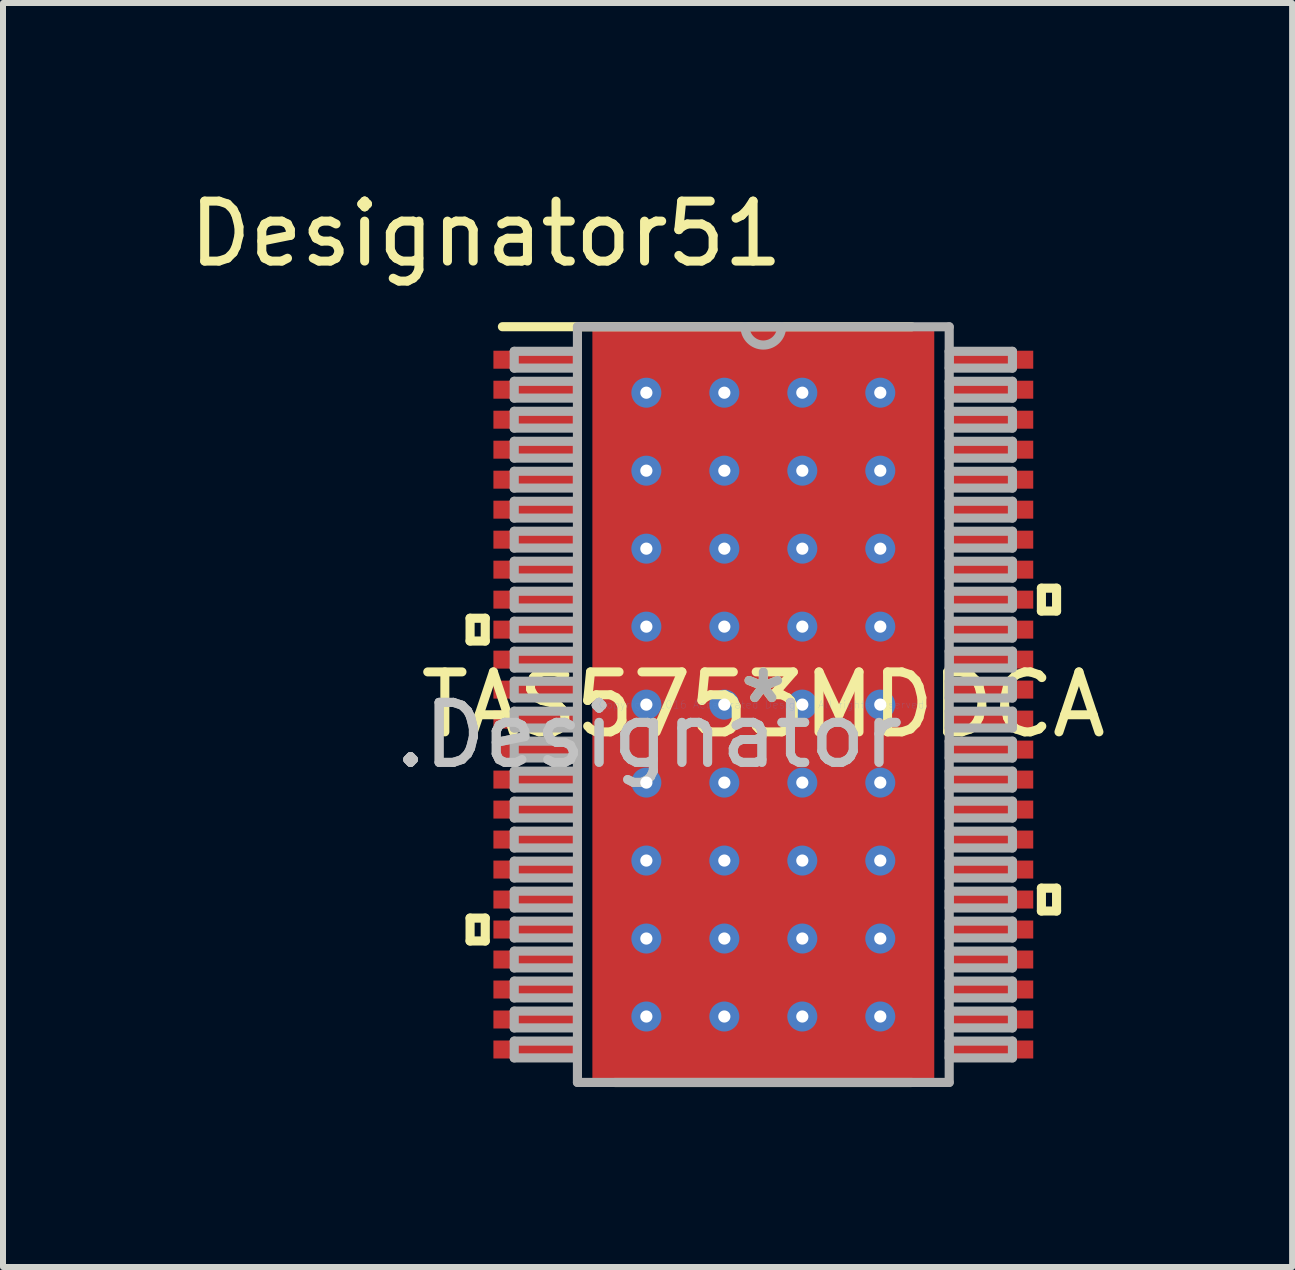
<source format=kicad_pcb>
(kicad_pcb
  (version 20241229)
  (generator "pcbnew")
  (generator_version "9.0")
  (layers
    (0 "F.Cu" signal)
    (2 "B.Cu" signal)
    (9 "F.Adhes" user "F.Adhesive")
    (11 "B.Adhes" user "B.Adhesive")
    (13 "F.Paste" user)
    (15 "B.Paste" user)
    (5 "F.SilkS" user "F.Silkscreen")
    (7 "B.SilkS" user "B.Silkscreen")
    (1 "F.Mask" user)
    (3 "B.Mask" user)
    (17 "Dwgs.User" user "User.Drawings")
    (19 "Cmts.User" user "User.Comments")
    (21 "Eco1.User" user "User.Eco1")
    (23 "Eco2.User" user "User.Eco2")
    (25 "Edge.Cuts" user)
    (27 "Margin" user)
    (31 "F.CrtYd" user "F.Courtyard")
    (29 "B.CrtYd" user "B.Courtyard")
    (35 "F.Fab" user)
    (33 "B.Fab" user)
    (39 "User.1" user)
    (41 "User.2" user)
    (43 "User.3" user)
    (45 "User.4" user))
  (footprint "TAS5753MDDCA"
    (layer "F.Cu")
    (at 9.676 8.697)
    (property "Reference" "TAS5753MDDCA" (at 0 0 0) (layer "F.SilkS") (effects (font (size 1 1) (thickness 0.15))))
    (attr through_hole)
    (fp_line (start -1.8 -3.2) (end -1.8 3.2) (stroke (width 0.152) (type solid)) (layer "F.Mask"))
    (fp_line (start -1.8 3.2) (end 1.8 3.2) (stroke (width 0.152) (type solid)) (layer "F.Mask"))
    (fp_line (start 1.8 -3.2) (end -1.8 -3.2) (stroke (width 0.152) (type solid)) (layer "F.Mask"))
    (fp_line (start 1.8 3.2) (end 1.8 -3.2) (stroke (width 0.152) (type solid)) (layer "F.Mask"))
    (fp_line (start -4.889 -1.44) (end -4.889 -1.06) (stroke (width 0.152) (type solid)) (layer "F.SilkS"))
    (fp_line (start -4.889 -1.06) (end -4.636 -1.06) (stroke (width 0.152) (type solid)) (layer "F.SilkS"))
    (fp_line (start -4.889 3.559) (end -4.889 3.941) (stroke (width 0.152) (type solid)) (layer "F.SilkS"))
    (fp_line (start -4.889 3.941) (end -4.636 3.941) (stroke (width 0.152) (type solid)) (layer "F.SilkS"))
    (fp_line (start -4.636 -1.44) (end -4.889 -1.44) (stroke (width 0.152) (type solid)) (layer "F.SilkS"))
    (fp_line (start -4.636 -1.06) (end -4.636 -1.44) (stroke (width 0.152) (type solid)) (layer "F.SilkS"))
    (fp_line (start -4.636 3.559) (end -4.889 3.559) (stroke (width 0.152) (type solid)) (layer "F.SilkS"))
    (fp_line (start -4.636 3.941) (end -4.636 3.559) (stroke (width 0.152) (type solid)) (layer "F.SilkS"))
    (fp_line (start -4.35 -6.3) (end 2.475 -6.3) (stroke (width 0.152) (type solid)) (layer "F.SilkS"))
    (fp_line (start -2.475 6.3) (end 2.475 6.3) (stroke (width 0.152) (type solid)) (layer "F.SilkS"))
    (fp_line (start 4.636 -1.941) (end 4.889 -1.941) (stroke (width 0.152) (type solid)) (layer "F.SilkS"))
    (fp_line (start 4.636 -1.56) (end 4.636 -1.941) (stroke (width 0.152) (type solid)) (layer "F.SilkS"))
    (fp_line (start 4.636 3.06) (end 4.889 3.06) (stroke (width 0.152) (type solid)) (layer "F.SilkS"))
    (fp_line (start 4.636 3.441) (end 4.636 3.06) (stroke (width 0.152) (type solid)) (layer "F.SilkS"))
    (fp_line (start 4.889 -1.941) (end 4.889 -1.56) (stroke (width 0.152) (type solid)) (layer "F.SilkS"))
    (fp_line (start 4.889 -1.56) (end 4.636 -1.56) (stroke (width 0.152) (type solid)) (layer "F.SilkS"))
    (fp_line (start 4.889 3.06) (end 4.889 3.441) (stroke (width 0.152) (type solid)) (layer "F.SilkS"))
    (fp_line (start 4.889 3.441) (end 4.636 3.441) (stroke (width 0.152) (type solid)) (layer "F.SilkS"))
    (fp_line (start -1.8 -3.2) (end -1.8 3.2) (stroke (width 0.152) (type solid)) (layer "F.Paste"))
    (fp_line (start -1.8 3.2) (end 1.8 3.2) (stroke (width 0.152) (type solid)) (layer "F.Paste"))
    (fp_line (start 1.8 -3.2) (end -1.8 -3.2) (stroke (width 0.152) (type solid)) (layer "F.Paste"))
    (fp_line (start 1.8 3.2) (end 1.8 -3.2) (stroke (width 0.152) (type solid)) (layer "F.Paste"))
    (fp_line (start -4.153 -5.89) (end -3.099 -5.89) (stroke (width 0.152) (type solid)) (layer "F.Fab"))
    (fp_line (start -4.153 -5.61) (end -4.153 -5.89) (stroke (width 0.152) (type solid)) (layer "F.Fab"))
    (fp_line (start -4.153 -5.61) (end -3.099 -5.61) (stroke (width 0.152) (type solid)) (layer "F.Fab"))
    (fp_line (start -4.153 -5.39) (end -3.099 -5.39) (stroke (width 0.152) (type solid)) (layer "F.Fab"))
    (fp_line (start -4.153 -5.11) (end -4.153 -5.39) (stroke (width 0.152) (type solid)) (layer "F.Fab"))
    (fp_line (start -4.153 -5.11) (end -3.099 -5.11) (stroke (width 0.152) (type solid)) (layer "F.Fab"))
    (fp_line (start -4.153 -4.89) (end -3.099 -4.89) (stroke (width 0.152) (type solid)) (layer "F.Fab"))
    (fp_line (start -4.153 -4.61) (end -4.153 -4.89) (stroke (width 0.152) (type solid)) (layer "F.Fab"))
    (fp_line (start -4.153 -4.61) (end -3.099 -4.61) (stroke (width 0.152) (type solid)) (layer "F.Fab"))
    (fp_line (start -4.153 -4.39) (end -3.099 -4.39) (stroke (width 0.152) (type solid)) (layer "F.Fab"))
    (fp_line (start -4.153 -4.11) (end -4.153 -4.39) (stroke (width 0.152) (type solid)) (layer "F.Fab"))
    (fp_line (start -4.153 -4.11) (end -3.099 -4.11) (stroke (width 0.152) (type solid)) (layer "F.Fab"))
    (fp_line (start -4.153 -3.89) (end -3.099 -3.89) (stroke (width 0.152) (type solid)) (layer "F.Fab"))
    (fp_line (start -4.153 -3.61) (end -4.153 -3.89) (stroke (width 0.152) (type solid)) (layer "F.Fab"))
    (fp_line (start -4.153 -3.61) (end -3.099 -3.61) (stroke (width 0.152) (type solid)) (layer "F.Fab"))
    (fp_line (start -4.153 -3.39) (end -3.099 -3.39) (stroke (width 0.152) (type solid)) (layer "F.Fab"))
    (fp_line (start -4.153 -3.11) (end -4.153 -3.39) (stroke (width 0.152) (type solid)) (layer "F.Fab"))
    (fp_line (start -4.153 -3.11) (end -3.099 -3.11) (stroke (width 0.152) (type solid)) (layer "F.Fab"))
    (fp_line (start -4.153 -2.89) (end -3.099 -2.89) (stroke (width 0.152) (type solid)) (layer "F.Fab"))
    (fp_line (start -4.153 -2.61) (end -4.153 -2.89) (stroke (width 0.152) (type solid)) (layer "F.Fab"))
    (fp_line (start -4.153 -2.61) (end -3.099 -2.61) (stroke (width 0.152) (type solid)) (layer "F.Fab"))
    (fp_line (start -4.153 -2.39) (end -3.099 -2.39) (stroke (width 0.152) (type solid)) (layer "F.Fab"))
    (fp_line (start -4.153 -2.11) (end -4.153 -2.39) (stroke (width 0.152) (type solid)) (layer "F.Fab"))
    (fp_line (start -4.153 -2.11) (end -3.099 -2.11) (stroke (width 0.152) (type solid)) (layer "F.Fab"))
    (fp_line (start -4.153 -1.89) (end -3.099 -1.89) (stroke (width 0.152) (type solid)) (layer "F.Fab"))
    (fp_line (start -4.153 -1.61) (end -4.153 -1.89) (stroke (width 0.152) (type solid)) (layer "F.Fab"))
    (fp_line (start -4.153 -1.61) (end -3.099 -1.61) (stroke (width 0.152) (type solid)) (layer "F.Fab"))
    (fp_line (start -4.153 -1.39) (end -3.099 -1.39) (stroke (width 0.152) (type solid)) (layer "F.Fab"))
    (fp_line (start -4.153 -1.11) (end -4.153 -1.39) (stroke (width 0.152) (type solid)) (layer "F.Fab"))
    (fp_line (start -4.153 -1.11) (end -3.099 -1.11) (stroke (width 0.152) (type solid)) (layer "F.Fab"))
    (fp_line (start -4.153 -0.89) (end -3.099 -0.89) (stroke (width 0.152) (type solid)) (layer "F.Fab"))
    (fp_line (start -4.153 -0.61) (end -4.153 -0.89) (stroke (width 0.152) (type solid)) (layer "F.Fab"))
    (fp_line (start -4.153 -0.61) (end -3.099 -0.61) (stroke (width 0.152) (type solid)) (layer "F.Fab"))
    (fp_line (start -4.153 -0.39) (end -3.099 -0.39) (stroke (width 0.152) (type solid)) (layer "F.Fab"))
    (fp_line (start -4.153 -0.11) (end -4.153 -0.39) (stroke (width 0.152) (type solid)) (layer "F.Fab"))
    (fp_line (start -4.153 -0.11) (end -3.099 -0.11) (stroke (width 0.152) (type solid)) (layer "F.Fab"))
    (fp_line (start -4.153 0.11) (end -3.099 0.11) (stroke (width 0.152) (type solid)) (layer "F.Fab"))
    (fp_line (start -4.153 0.39) (end -4.153 0.11) (stroke (width 0.152) (type solid)) (layer "F.Fab"))
    (fp_line (start -4.153 0.39) (end -3.099 0.39) (stroke (width 0.152) (type solid)) (layer "F.Fab"))
    (fp_line (start -4.153 0.61) (end -3.099 0.61) (stroke (width 0.152) (type solid)) (layer "F.Fab"))
    (fp_line (start -4.153 0.89) (end -4.153 0.61) (stroke (width 0.152) (type solid)) (layer "F.Fab"))
    (fp_line (start -4.153 0.89) (end -3.099 0.89) (stroke (width 0.152) (type solid)) (layer "F.Fab"))
    (fp_line (start -4.153 1.11) (end -3.099 1.11) (stroke (width 0.152) (type solid)) (layer "F.Fab"))
    (fp_line (start -4.153 1.39) (end -4.153 1.11) (stroke (width 0.152) (type solid)) (layer "F.Fab"))
    (fp_line (start -4.153 1.39) (end -3.099 1.39) (stroke (width 0.152) (type solid)) (layer "F.Fab"))
    (fp_line (start -4.153 1.61) (end -3.099 1.61) (stroke (width 0.152) (type solid)) (layer "F.Fab"))
    (fp_line (start -4.153 1.89) (end -4.153 1.61) (stroke (width 0.152) (type solid)) (layer "F.Fab"))
    (fp_line (start -4.153 1.89) (end -3.099 1.89) (stroke (width 0.152) (type solid)) (layer "F.Fab"))
    (fp_line (start -4.153 2.11) (end -3.099 2.11) (stroke (width 0.152) (type solid)) (layer "F.Fab"))
    (fp_line (start -4.153 2.39) (end -4.153 2.11) (stroke (width 0.152) (type solid)) (layer "F.Fab"))
    (fp_line (start -4.153 2.39) (end -3.099 2.39) (stroke (width 0.152) (type solid)) (layer "F.Fab"))
    (fp_line (start -4.153 2.61) (end -3.099 2.61) (stroke (width 0.152) (type solid)) (layer "F.Fab"))
    (fp_line (start -4.153 2.89) (end -4.153 2.61) (stroke (width 0.152) (type solid)) (layer "F.Fab"))
    (fp_line (start -4.153 2.89) (end -3.099 2.89) (stroke (width 0.152) (type solid)) (layer "F.Fab"))
    (fp_line (start -4.153 3.11) (end -3.099 3.11) (stroke (width 0.152) (type solid)) (layer "F.Fab"))
    (fp_line (start -4.153 3.39) (end -4.153 3.11) (stroke (width 0.152) (type solid)) (layer "F.Fab"))
    (fp_line (start -4.153 3.39) (end -3.099 3.39) (stroke (width 0.152) (type solid)) (layer "F.Fab"))
    (fp_line (start -4.153 3.61) (end -3.099 3.61) (stroke (width 0.152) (type solid)) (layer "F.Fab"))
    (fp_line (start -4.153 3.89) (end -4.153 3.61) (stroke (width 0.152) (type solid)) (layer "F.Fab"))
    (fp_line (start -4.153 3.89) (end -3.099 3.89) (stroke (width 0.152) (type solid)) (layer "F.Fab"))
    (fp_line (start -4.153 4.11) (end -3.099 4.11) (stroke (width 0.152) (type solid)) (layer "F.Fab"))
    (fp_line (start -4.153 4.39) (end -4.153 4.11) (stroke (width 0.152) (type solid)) (layer "F.Fab"))
    (fp_line (start -4.153 4.39) (end -3.099 4.39) (stroke (width 0.152) (type solid)) (layer "F.Fab"))
    (fp_line (start -4.153 4.61) (end -3.099 4.61) (stroke (width 0.152) (type solid)) (layer "F.Fab"))
    (fp_line (start -4.153 4.89) (end -4.153 4.61) (stroke (width 0.152) (type solid)) (layer "F.Fab"))
    (fp_line (start -4.153 4.89) (end -3.099 4.89) (stroke (width 0.152) (type solid)) (layer "F.Fab"))
    (fp_line (start -4.153 5.11) (end -3.099 5.11) (stroke (width 0.152) (type solid)) (layer "F.Fab"))
    (fp_line (start -4.153 5.39) (end -4.153 5.11) (stroke (width 0.152) (type solid)) (layer "F.Fab"))
    (fp_line (start -4.153 5.39) (end -3.099 5.39) (stroke (width 0.152) (type solid)) (layer "F.Fab"))
    (fp_line (start -4.153 5.61) (end -3.099 5.61) (stroke (width 0.152) (type solid)) (layer "F.Fab"))
    (fp_line (start -4.153 5.89) (end -4.153 5.61) (stroke (width 0.152) (type solid)) (layer "F.Fab"))
    (fp_line (start -4.153 5.89) (end -3.099 5.89) (stroke (width 0.152) (type solid)) (layer "F.Fab"))
    (fp_line (start -3.099 -6.299) (end 3.099 -6.299) (stroke (width 0.152) (type solid)) (layer "F.Fab"))
    (fp_line (start -3.099 -5.61) (end -3.099 -5.89) (stroke (width 0.152) (type solid)) (layer "F.Fab"))
    (fp_line (start -3.099 -5.11) (end -3.099 -5.39) (stroke (width 0.152) (type solid)) (layer "F.Fab"))
    (fp_line (start -3.099 -4.61) (end -3.099 -4.89) (stroke (width 0.152) (type solid)) (layer "F.Fab"))
    (fp_line (start -3.099 -4.11) (end -3.099 -4.39) (stroke (width 0.152) (type solid)) (layer "F.Fab"))
    (fp_line (start -3.099 -3.61) (end -3.099 -3.89) (stroke (width 0.152) (type solid)) (layer "F.Fab"))
    (fp_line (start -3.099 -3.11) (end -3.099 -3.39) (stroke (width 0.152) (type solid)) (layer "F.Fab"))
    (fp_line (start -3.099 -2.61) (end -3.099 -2.89) (stroke (width 0.152) (type solid)) (layer "F.Fab"))
    (fp_line (start -3.099 -2.11) (end -3.099 -2.39) (stroke (width 0.152) (type solid)) (layer "F.Fab"))
    (fp_line (start -3.099 -1.61) (end -3.099 -1.89) (stroke (width 0.152) (type solid)) (layer "F.Fab"))
    (fp_line (start -3.099 -1.11) (end -3.099 -1.39) (stroke (width 0.152) (type solid)) (layer "F.Fab"))
    (fp_line (start -3.099 -0.61) (end -3.099 -0.89) (stroke (width 0.152) (type solid)) (layer "F.Fab"))
    (fp_line (start -3.099 -0.11) (end -3.099 -0.39) (stroke (width 0.152) (type solid)) (layer "F.Fab"))
    (fp_line (start -3.099 0.39) (end -3.099 0.11) (stroke (width 0.152) (type solid)) (layer "F.Fab"))
    (fp_line (start -3.099 0.89) (end -3.099 0.61) (stroke (width 0.152) (type solid)) (layer "F.Fab"))
    (fp_line (start -3.099 1.39) (end -3.099 1.11) (stroke (width 0.152) (type solid)) (layer "F.Fab"))
    (fp_line (start -3.099 1.89) (end -3.099 1.61) (stroke (width 0.152) (type solid)) (layer "F.Fab"))
    (fp_line (start -3.099 2.39) (end -3.099 2.11) (stroke (width 0.152) (type solid)) (layer "F.Fab"))
    (fp_line (start -3.099 2.89) (end -3.099 2.61) (stroke (width 0.152) (type solid)) (layer "F.Fab"))
    (fp_line (start -3.099 3.39) (end -3.099 3.11) (stroke (width 0.152) (type solid)) (layer "F.Fab"))
    (fp_line (start -3.099 3.89) (end -3.099 3.61) (stroke (width 0.152) (type solid)) (layer "F.Fab"))
    (fp_line (start -3.099 4.39) (end -3.099 4.11) (stroke (width 0.152) (type solid)) (layer "F.Fab"))
    (fp_line (start -3.099 4.89) (end -3.099 4.61) (stroke (width 0.152) (type solid)) (layer "F.Fab"))
    (fp_line (start -3.099 5.39) (end -3.099 5.11) (stroke (width 0.152) (type solid)) (layer "F.Fab"))
    (fp_line (start -3.099 5.89) (end -3.099 5.61) (stroke (width 0.152) (type solid)) (layer "F.Fab"))
    (fp_line (start -3.099 6.299) (end -3.099 -6.299) (stroke (width 0.152) (type solid)) (layer "F.Fab"))
    (fp_line (start -3.099 6.299) (end 3.099 6.299) (stroke (width 0.152) (type solid)) (layer "F.Fab"))
    (fp_line (start 3.099 -5.89) (end 4.153 -5.89) (stroke (width 0.152) (type solid)) (layer "F.Fab"))
    (fp_line (start 3.099 -5.61) (end 3.099 -5.89) (stroke (width 0.152) (type solid)) (layer "F.Fab"))
    (fp_line (start 3.099 -5.61) (end 4.153 -5.61) (stroke (width 0.152) (type solid)) (layer "F.Fab"))
    (fp_line (start 3.099 -5.39) (end 4.153 -5.39) (stroke (width 0.152) (type solid)) (layer "F.Fab"))
    (fp_line (start 3.099 -5.11) (end 3.099 -5.39) (stroke (width 0.152) (type solid)) (layer "F.Fab"))
    (fp_line (start 3.099 -5.11) (end 4.153 -5.11) (stroke (width 0.152) (type solid)) (layer "F.Fab"))
    (fp_line (start 3.099 -4.89) (end 4.153 -4.89) (stroke (width 0.152) (type solid)) (layer "F.Fab"))
    (fp_line (start 3.099 -4.61) (end 3.099 -4.89) (stroke (width 0.152) (type solid)) (layer "F.Fab"))
    (fp_line (start 3.099 -4.61) (end 4.153 -4.61) (stroke (width 0.152) (type solid)) (layer "F.Fab"))
    (fp_line (start 3.099 -4.39) (end 4.153 -4.39) (stroke (width 0.152) (type solid)) (layer "F.Fab"))
    (fp_line (start 3.099 -4.11) (end 3.099 -4.39) (stroke (width 0.152) (type solid)) (layer "F.Fab"))
    (fp_line (start 3.099 -4.11) (end 4.153 -4.11) (stroke (width 0.152) (type solid)) (layer "F.Fab"))
    (fp_line (start 3.099 -3.89) (end 4.153 -3.89) (stroke (width 0.152) (type solid)) (layer "F.Fab"))
    (fp_line (start 3.099 -3.61) (end 3.099 -3.89) (stroke (width 0.152) (type solid)) (layer "F.Fab"))
    (fp_line (start 3.099 -3.61) (end 4.153 -3.61) (stroke (width 0.152) (type solid)) (layer "F.Fab"))
    (fp_line (start 3.099 -3.39) (end 4.153 -3.39) (stroke (width 0.152) (type solid)) (layer "F.Fab"))
    (fp_line (start 3.099 -3.11) (end 3.099 -3.39) (stroke (width 0.152) (type solid)) (layer "F.Fab"))
    (fp_line (start 3.099 -3.11) (end 4.153 -3.11) (stroke (width 0.152) (type solid)) (layer "F.Fab"))
    (fp_line (start 3.099 -2.89) (end 4.153 -2.89) (stroke (width 0.152) (type solid)) (layer "F.Fab"))
    (fp_line (start 3.099 -2.61) (end 3.099 -2.89) (stroke (width 0.152) (type solid)) (layer "F.Fab"))
    (fp_line (start 3.099 -2.61) (end 4.153 -2.61) (stroke (width 0.152) (type solid)) (layer "F.Fab"))
    (fp_line (start 3.099 -2.39) (end 4.153 -2.39) (stroke (width 0.152) (type solid)) (layer "F.Fab"))
    (fp_line (start 3.099 -2.11) (end 3.099 -2.39) (stroke (width 0.152) (type solid)) (layer "F.Fab"))
    (fp_line (start 3.099 -2.11) (end 4.153 -2.11) (stroke (width 0.152) (type solid)) (layer "F.Fab"))
    (fp_line (start 3.099 -1.89) (end 4.153 -1.89) (stroke (width 0.152) (type solid)) (layer "F.Fab"))
    (fp_line (start 3.099 -1.61) (end 3.099 -1.89) (stroke (width 0.152) (type solid)) (layer "F.Fab"))
    (fp_line (start 3.099 -1.61) (end 4.153 -1.61) (stroke (width 0.152) (type solid)) (layer "F.Fab"))
    (fp_line (start 3.099 -1.39) (end 4.153 -1.39) (stroke (width 0.152) (type solid)) (layer "F.Fab"))
    (fp_line (start 3.099 -1.11) (end 3.099 -1.39) (stroke (width 0.152) (type solid)) (layer "F.Fab"))
    (fp_line (start 3.099 -1.11) (end 4.153 -1.11) (stroke (width 0.152) (type solid)) (layer "F.Fab"))
    (fp_line (start 3.099 -0.89) (end 4.153 -0.89) (stroke (width 0.152) (type solid)) (layer "F.Fab"))
    (fp_line (start 3.099 -0.61) (end 3.099 -0.89) (stroke (width 0.152) (type solid)) (layer "F.Fab"))
    (fp_line (start 3.099 -0.61) (end 4.153 -0.61) (stroke (width 0.152) (type solid)) (layer "F.Fab"))
    (fp_line (start 3.099 -0.39) (end 4.153 -0.39) (stroke (width 0.152) (type solid)) (layer "F.Fab"))
    (fp_line (start 3.099 -0.11) (end 3.099 -0.39) (stroke (width 0.152) (type solid)) (layer "F.Fab"))
    (fp_line (start 3.099 -0.11) (end 4.153 -0.11) (stroke (width 0.152) (type solid)) (layer "F.Fab"))
    (fp_line (start 3.099 0.11) (end 4.153 0.11) (stroke (width 0.152) (type solid)) (layer "F.Fab"))
    (fp_line (start 3.099 0.39) (end 3.099 0.11) (stroke (width 0.152) (type solid)) (layer "F.Fab"))
    (fp_line (start 3.099 0.39) (end 4.153 0.39) (stroke (width 0.152) (type solid)) (layer "F.Fab"))
    (fp_line (start 3.099 0.61) (end 4.153 0.61) (stroke (width 0.152) (type solid)) (layer "F.Fab"))
    (fp_line (start 3.099 0.89) (end 3.099 0.61) (stroke (width 0.152) (type solid)) (layer "F.Fab"))
    (fp_line (start 3.099 0.89) (end 4.153 0.89) (stroke (width 0.152) (type solid)) (layer "F.Fab"))
    (fp_line (start 3.099 1.11) (end 4.153 1.11) (stroke (width 0.152) (type solid)) (layer "F.Fab"))
    (fp_line (start 3.099 1.39) (end 3.099 1.11) (stroke (width 0.152) (type solid)) (layer "F.Fab"))
    (fp_line (start 3.099 1.39) (end 4.153 1.39) (stroke (width 0.152) (type solid)) (layer "F.Fab"))
    (fp_line (start 3.099 1.61) (end 4.153 1.61) (stroke (width 0.152) (type solid)) (layer "F.Fab"))
    (fp_line (start 3.099 1.89) (end 3.099 1.61) (stroke (width 0.152) (type solid)) (layer "F.Fab"))
    (fp_line (start 3.099 1.89) (end 4.153 1.89) (stroke (width 0.152) (type solid)) (layer "F.Fab"))
    (fp_line (start 3.099 2.11) (end 4.153 2.11) (stroke (width 0.152) (type solid)) (layer "F.Fab"))
    (fp_line (start 3.099 2.39) (end 3.099 2.11) (stroke (width 0.152) (type solid)) (layer "F.Fab"))
    (fp_line (start 3.099 2.39) (end 4.153 2.39) (stroke (width 0.152) (type solid)) (layer "F.Fab"))
    (fp_line (start 3.099 2.61) (end 4.153 2.61) (stroke (width 0.152) (type solid)) (layer "F.Fab"))
    (fp_line (start 3.099 2.89) (end 3.099 2.61) (stroke (width 0.152) (type solid)) (layer "F.Fab"))
    (fp_line (start 3.099 2.89) (end 4.153 2.89) (stroke (width 0.152) (type solid)) (layer "F.Fab"))
    (fp_line (start 3.099 3.11) (end 4.153 3.11) (stroke (width 0.152) (type solid)) (layer "F.Fab"))
    (fp_line (start 3.099 3.39) (end 3.099 3.11) (stroke (width 0.152) (type solid)) (layer "F.Fab"))
    (fp_line (start 3.099 3.39) (end 4.153 3.39) (stroke (width 0.152) (type solid)) (layer "F.Fab"))
    (fp_line (start 3.099 3.61) (end 4.153 3.61) (stroke (width 0.152) (type solid)) (layer "F.Fab"))
    (fp_line (start 3.099 3.89) (end 3.099 3.61) (stroke (width 0.152) (type solid)) (layer "F.Fab"))
    (fp_line (start 3.099 3.89) (end 4.153 3.89) (stroke (width 0.152) (type solid)) (layer "F.Fab"))
    (fp_line (start 3.099 4.11) (end 4.153 4.11) (stroke (width 0.152) (type solid)) (layer "F.Fab"))
    (fp_line (start 3.099 4.39) (end 3.099 4.11) (stroke (width 0.152) (type solid)) (layer "F.Fab"))
    (fp_line (start 3.099 4.39) (end 4.153 4.39) (stroke (width 0.152) (type solid)) (layer "F.Fab"))
    (fp_line (start 3.099 4.61) (end 4.153 4.61) (stroke (width 0.152) (type solid)) (layer "F.Fab"))
    (fp_line (start 3.099 4.89) (end 3.099 4.61) (stroke (width 0.152) (type solid)) (layer "F.Fab"))
    (fp_line (start 3.099 4.89) (end 4.153 4.89) (stroke (width 0.152) (type solid)) (layer "F.Fab"))
    (fp_line (start 3.099 5.11) (end 4.153 5.11) (stroke (width 0.152) (type solid)) (layer "F.Fab"))
    (fp_line (start 3.099 5.39) (end 3.099 5.11) (stroke (width 0.152) (type solid)) (layer "F.Fab"))
    (fp_line (start 3.099 5.39) (end 4.153 5.39) (stroke (width 0.152) (type solid)) (layer "F.Fab"))
    (fp_line (start 3.099 5.61) (end 4.153 5.61) (stroke (width 0.152) (type solid)) (layer "F.Fab"))
    (fp_line (start 3.099 5.89) (end 3.099 5.61) (stroke (width 0.152) (type solid)) (layer "F.Fab"))
    (fp_line (start 3.099 5.89) (end 4.153 5.89) (stroke (width 0.152) (type solid)) (layer "F.Fab"))
    (fp_line (start 3.099 6.299) (end 3.099 -6.299) (stroke (width 0.152) (type solid)) (layer "F.Fab"))
    (fp_line (start 4.153 -5.61) (end 4.153 -5.89) (stroke (width 0.152) (type solid)) (layer "F.Fab"))
    (fp_line (start 4.153 -5.11) (end 4.153 -5.39) (stroke (width 0.152) (type solid)) (layer "F.Fab"))
    (fp_line (start 4.153 -4.61) (end 4.153 -4.89) (stroke (width 0.152) (type solid)) (layer "F.Fab"))
    (fp_line (start 4.153 -4.11) (end 4.153 -4.39) (stroke (width 0.152) (type solid)) (layer "F.Fab"))
    (fp_line (start 4.153 -3.61) (end 4.153 -3.89) (stroke (width 0.152) (type solid)) (layer "F.Fab"))
    (fp_line (start 4.153 -3.11) (end 4.153 -3.39) (stroke (width 0.152) (type solid)) (layer "F.Fab"))
    (fp_line (start 4.153 -2.61) (end 4.153 -2.89) (stroke (width 0.152) (type solid)) (layer "F.Fab"))
    (fp_line (start 4.153 -2.11) (end 4.153 -2.39) (stroke (width 0.152) (type solid)) (layer "F.Fab"))
    (fp_line (start 4.153 -1.61) (end 4.153 -1.89) (stroke (width 0.152) (type solid)) (layer "F.Fab"))
    (fp_line (start 4.153 -1.11) (end 4.153 -1.39) (stroke (width 0.152) (type solid)) (layer "F.Fab"))
    (fp_line (start 4.153 -0.61) (end 4.153 -0.89) (stroke (width 0.152) (type solid)) (layer "F.Fab"))
    (fp_line (start 4.153 -0.11) (end 4.153 -0.39) (stroke (width 0.152) (type solid)) (layer "F.Fab"))
    (fp_line (start 4.153 0.39) (end 4.153 0.11) (stroke (width 0.152) (type solid)) (layer "F.Fab"))
    (fp_line (start 4.153 0.89) (end 4.153 0.61) (stroke (width 0.152) (type solid)) (layer "F.Fab"))
    (fp_line (start 4.153 1.39) (end 4.153 1.11) (stroke (width 0.152) (type solid)) (layer "F.Fab"))
    (fp_line (start 4.153 1.89) (end 4.153 1.61) (stroke (width 0.152) (type solid)) (layer "F.Fab"))
    (fp_line (start 4.153 2.39) (end 4.153 2.11) (stroke (width 0.152) (type solid)) (layer "F.Fab"))
    (fp_line (start 4.153 2.89) (end 4.153 2.61) (stroke (width 0.152) (type solid)) (layer "F.Fab"))
    (fp_line (start 4.153 3.39) (end 4.153 3.11) (stroke (width 0.152) (type solid)) (layer "F.Fab"))
    (fp_line (start 4.153 3.89) (end 4.153 3.61) (stroke (width 0.152) (type solid)) (layer "F.Fab"))
    (fp_line (start 4.153 4.39) (end 4.153 4.11) (stroke (width 0.152) (type solid)) (layer "F.Fab"))
    (fp_line (start 4.153 4.89) (end 4.153 4.61) (stroke (width 0.152) (type solid)) (layer "F.Fab"))
    (fp_line (start 4.153 5.39) (end 4.153 5.11) (stroke (width 0.152) (type solid)) (layer "F.Fab"))
    (fp_line (start 4.153 5.89) (end 4.153 5.61) (stroke (width 0.152) (type solid)) (layer "F.Fab"))
    (fp_arc (start 0.3048 -6.2992) (mid 0 -5.9944) (end -0.3048 -6.2992) (stroke (width 0.1524) (type solid)) (layer "F.Fab"))
    (fp_text user "*" (at 0 0 0) (layer "F.SilkS") (effects (font (size 1 1) (thickness 0.15))))
    (fp_text user "Designator51" (at -4.623 -7.849 0) (layer "F.SilkS") (effects (font (size 1 1) (thickness 0.15))))
    (fp_text user ".Designator" (at -1.905 0.508 0) (layer "Dwgs.User") (effects (font (size 1 1) (thickness 0.15))))
    (fp_text user "Copyright 2016 Accelerated Designs. All rights reserved." (at 0 0 0) (layer "Cmts.User") (effects (font (size 0.127 0.127) (thickness 0.002))))
    (fp_text user "*" (at 0 0 0) (layer "F.Fab") (effects (font (size 1 1) (thickness 0.15))))
    (fp_text user ".Designator" (at -1.905 0.508 0) (layer "F.Fab") (effects (font (size 1 1) (thickness 0.15))))
    (pad "1" smd rect (at -3.8 -5.75 90) (size 0.3 1.4) (layers "F.Cu" "F.Mask" "F.Paste"))
    (pad "2" smd rect (at -3.8 -5.25 90) (size 0.3 1.4) (layers "F.Cu" "F.Mask" "F.Paste"))
    (pad "3" smd rect (at -3.8 -4.75 90) (size 0.3 1.4) (layers "F.Cu" "F.Mask" "F.Paste"))
    (pad "4" smd rect (at -3.8 -4.25 90) (size 0.3 1.4) (layers "F.Cu" "F.Mask" "F.Paste"))
    (pad "5" smd rect (at -3.8 -3.75 90) (size 0.3 1.4) (layers "F.Cu" "F.Mask" "F.Paste"))
    (pad "6" smd rect (at -3.8 -3.25 90) (size 0.3 1.4) (layers "F.Cu" "F.Mask" "F.Paste"))
    (pad "7" smd rect (at -3.8 -2.75 90) (size 0.3 1.4) (layers "F.Cu" "F.Mask" "F.Paste"))
    (pad "8" smd rect (at -3.8 -2.25 90) (size 0.3 1.4) (layers "F.Cu" "F.Mask" "F.Paste"))
    (pad "9" smd rect (at -3.8 -1.75 90) (size 0.3 1.4) (layers "F.Cu" "F.Mask" "F.Paste"))
    (pad "10" smd rect (at -3.8 -1.25 90) (size 0.3 1.4) (layers "F.Cu" "F.Mask" "F.Paste"))
    (pad "11" smd rect (at -3.8 -0.75 90) (size 0.3 1.4) (layers "F.Cu" "F.Mask" "F.Paste"))
    (pad "12" smd rect (at -3.8 -0.25 90) (size 0.3 1.4) (layers "F.Cu" "F.Mask" "F.Paste"))
    (pad "13" smd rect (at -3.8 0.25 90) (size 0.3 1.4) (layers "F.Cu" "F.Mask" "F.Paste"))
    (pad "14" smd rect (at -3.8 0.75 90) (size 0.3 1.4) (layers "F.Cu" "F.Mask" "F.Paste"))
    (pad "15" smd rect (at -3.8 1.25 90) (size 0.3 1.4) (layers "F.Cu" "F.Mask" "F.Paste"))
    (pad "16" smd rect (at -3.8 1.75 90) (size 0.3 1.4) (layers "F.Cu" "F.Mask" "F.Paste"))
    (pad "17" smd rect (at -3.8 2.25 90) (size 0.3 1.4) (layers "F.Cu" "F.Mask" "F.Paste"))
    (pad "18" smd rect (at -3.8 2.75 90) (size 0.3 1.4) (layers "F.Cu" "F.Mask" "F.Paste"))
    (pad "19" smd rect (at -3.8 3.25 90) (size 0.3 1.4) (layers "F.Cu" "F.Mask" "F.Paste"))
    (pad "20" smd rect (at -3.8 3.75 90) (size 0.3 1.4) (layers "F.Cu" "F.Mask" "F.Paste"))
    (pad "21" smd rect (at -3.8 4.25 90) (size 0.3 1.4) (layers "F.Cu" "F.Mask" "F.Paste"))
    (pad "22" smd rect (at -3.8 4.75 90) (size 0.3 1.4) (layers "F.Cu" "F.Mask" "F.Paste"))
    (pad "23" smd rect (at -3.8 5.25 90) (size 0.3 1.4) (layers "F.Cu" "F.Mask" "F.Paste"))
    (pad "24" smd rect (at -3.8 5.75 90) (size 0.3 1.4) (layers "F.Cu" "F.Mask" "F.Paste"))
    (pad "25" smd rect (at 3.8 5.75 90) (size 0.3 1.4) (layers "F.Cu" "F.Mask" "F.Paste"))
    (pad "26" smd rect (at 3.8 5.25 90) (size 0.3 1.4) (layers "F.Cu" "F.Mask" "F.Paste"))
    (pad "27" smd rect (at 3.8 4.75 90) (size 0.3 1.4) (layers "F.Cu" "F.Mask" "F.Paste"))
    (pad "28" smd rect (at 3.8 4.25 90) (size 0.3 1.4) (layers "F.Cu" "F.Mask" "F.Paste"))
    (pad "29" smd rect (at 3.8 3.75 90) (size 0.3 1.4) (layers "F.Cu" "F.Mask" "F.Paste"))
    (pad "30" smd rect (at 3.8 3.25 90) (size 0.3 1.4) (layers "F.Cu" "F.Mask" "F.Paste"))
    (pad "31" smd rect (at 3.8 2.75 90) (size 0.3 1.4) (layers "F.Cu" "F.Mask" "F.Paste"))
    (pad "32" smd rect (at 3.8 2.25 90) (size 0.3 1.4) (layers "F.Cu" "F.Mask" "F.Paste"))
    (pad "33" smd rect (at 3.8 1.75 90) (size 0.3 1.4) (layers "F.Cu" "F.Mask" "F.Paste"))
    (pad "34" smd rect (at 3.8 1.25 90) (size 0.3 1.4) (layers "F.Cu" "F.Mask" "F.Paste"))
    (pad "35" smd rect (at 3.8 0.75 90) (size 0.3 1.4) (layers "F.Cu" "F.Mask" "F.Paste"))
    (pad "36" smd rect (at 3.8 0.25 90) (size 0.3 1.4) (layers "F.Cu" "F.Mask" "F.Paste"))
    (pad "37" smd rect (at 3.8 -0.25 90) (size 0.3 1.4) (layers "F.Cu" "F.Mask" "F.Paste"))
    (pad "38" smd rect (at 3.8 -0.75 90) (size 0.3 1.4) (layers "F.Cu" "F.Mask" "F.Paste"))
    (pad "39" smd rect (at 3.8 -1.25 90) (size 0.3 1.4) (layers "F.Cu" "F.Mask" "F.Paste"))
    (pad "40" smd rect (at 3.8 -1.75 90) (size 0.3 1.4) (layers "F.Cu" "F.Mask" "F.Paste"))
    (pad "41" smd rect (at 3.8 -2.25 90) (size 0.3 1.4) (layers "F.Cu" "F.Mask" "F.Paste"))
    (pad "42" smd rect (at 3.8 -2.75 90) (size 0.3 1.4) (layers "F.Cu" "F.Mask" "F.Paste"))
    (pad "43" smd rect (at 3.8 -3.25 90) (size 0.3 1.4) (layers "F.Cu" "F.Mask" "F.Paste"))
    (pad "44" smd rect (at 3.8 -3.75 90) (size 0.3 1.4) (layers "F.Cu" "F.Mask" "F.Paste"))
    (pad "45" smd rect (at 3.8 -4.25 90) (size 0.3 1.4) (layers "F.Cu" "F.Mask" "F.Paste"))
    (pad "46" smd rect (at 3.8 -4.75 90) (size 0.3 1.4) (layers "F.Cu" "F.Mask" "F.Paste"))
    (pad "47" smd rect (at 3.8 -5.25 90) (size 0.3 1.4) (layers "F.Cu" "F.Mask" "F.Paste"))
    (pad "48" smd rect (at 3.8 -5.75 90) (size 0.3 1.4) (layers "F.Cu" "F.Mask" "F.Paste"))
    (pad "49" smd rect (at 0 0) (size 5.7 12.5) (layers "F.Cu" "F.Mask" "F.Paste"))
    (pad "V" thru_hole circle (at -1.95 -5.2) (size 0.5 0.5) (drill 0.203) (layers "*.Cu" "*.Mask"))
    (pad "V" thru_hole circle (at -1.95 -3.9) (size 0.5 0.5) (drill 0.203) (layers "*.Cu" "*.Mask"))
    (pad "V" thru_hole circle (at -1.95 -2.6) (size 0.5 0.5) (drill 0.203) (layers "*.Cu" "*.Mask"))
    (pad "V" thru_hole circle (at -1.95 -1.3) (size 0.5 0.5) (drill 0.203) (layers "*.Cu" "*.Mask"))
    (pad "V" thru_hole circle (at -1.95 0) (size 0.5 0.5) (drill 0.203) (layers "*.Cu" "*.Mask"))
    (pad "V" thru_hole circle (at -1.95 1.3) (size 0.5 0.5) (drill 0.203) (layers "*.Cu" "*.Mask"))
    (pad "V" thru_hole circle (at -1.95 2.6) (size 0.5 0.5) (drill 0.203) (layers "*.Cu" "*.Mask"))
    (pad "V" thru_hole circle (at -1.95 3.9) (size 0.5 0.5) (drill 0.203) (layers "*.Cu" "*.Mask"))
    (pad "V" thru_hole circle (at -1.95 5.2) (size 0.5 0.5) (drill 0.203) (layers "*.Cu" "*.Mask"))
    (pad "V" thru_hole circle (at -0.65 -5.2) (size 0.5 0.5) (drill 0.203) (layers "*.Cu" "*.Mask"))
    (pad "V" thru_hole circle (at -0.65 -3.9) (size 0.5 0.5) (drill 0.203) (layers "*.Cu" "*.Mask"))
    (pad "V" thru_hole circle (at -0.65 -2.6) (size 0.5 0.5) (drill 0.203) (layers "*.Cu" "*.Mask"))
    (pad "V" thru_hole circle (at -0.65 -1.3) (size 0.5 0.5) (drill 0.203) (layers "*.Cu" "*.Mask"))
    (pad "V" thru_hole circle (at -0.65 0) (size 0.5 0.5) (drill 0.203) (layers "*.Cu" "*.Mask"))
    (pad "V" thru_hole circle (at -0.65 1.3) (size 0.5 0.5) (drill 0.203) (layers "*.Cu" "*.Mask"))
    (pad "V" thru_hole circle (at -0.65 2.6) (size 0.5 0.5) (drill 0.203) (layers "*.Cu" "*.Mask"))
    (pad "V" thru_hole circle (at -0.65 3.9) (size 0.5 0.5) (drill 0.203) (layers "*.Cu" "*.Mask"))
    (pad "V" thru_hole circle (at -0.65 5.2) (size 0.5 0.5) (drill 0.203) (layers "*.Cu" "*.Mask"))
    (pad "V" thru_hole circle (at 0.65 -5.2) (size 0.5 0.5) (drill 0.203) (layers "*.Cu" "*.Mask"))
    (pad "V" thru_hole circle (at 0.65 -3.9) (size 0.5 0.5) (drill 0.203) (layers "*.Cu" "*.Mask"))
    (pad "V" thru_hole circle (at 0.65 -2.6) (size 0.5 0.5) (drill 0.203) (layers "*.Cu" "*.Mask"))
    (pad "V" thru_hole circle (at 0.65 -1.3) (size 0.5 0.5) (drill 0.203) (layers "*.Cu" "*.Mask"))
    (pad "V" thru_hole circle (at 0.65 0) (size 0.5 0.5) (drill 0.203) (layers "*.Cu" "*.Mask"))
    (pad "V" thru_hole circle (at 0.65 1.3) (size 0.5 0.5) (drill 0.203) (layers "*.Cu" "*.Mask"))
    (pad "V" thru_hole circle (at 0.65 2.6) (size 0.5 0.5) (drill 0.203) (layers "*.Cu" "*.Mask"))
    (pad "V" thru_hole circle (at 0.65 3.9) (size 0.5 0.5) (drill 0.203) (layers "*.Cu" "*.Mask"))
    (pad "V" thru_hole circle (at 0.65 5.2) (size 0.5 0.5) (drill 0.203) (layers "*.Cu" "*.Mask"))
    (pad "V" thru_hole circle (at 1.95 -5.2) (size 0.5 0.5) (drill 0.203) (layers "*.Cu" "*.Mask"))
    (pad "V" thru_hole circle (at 1.95 -3.9) (size 0.5 0.5) (drill 0.203) (layers "*.Cu" "*.Mask"))
    (pad "V" thru_hole circle (at 1.95 -2.6) (size 0.5 0.5) (drill 0.203) (layers "*.Cu" "*.Mask"))
    (pad "V" thru_hole circle (at 1.95 -1.3) (size 0.5 0.5) (drill 0.203) (layers "*.Cu" "*.Mask"))
    (pad "V" thru_hole circle (at 1.95 0) (size 0.5 0.5) (drill 0.203) (layers "*.Cu" "*.Mask"))
    (pad "V" thru_hole circle (at 1.95 1.3) (size 0.5 0.5) (drill 0.203) (layers "*.Cu" "*.Mask"))
    (pad "V" thru_hole circle (at 1.95 2.6) (size 0.5 0.5) (drill 0.203) (layers "*.Cu" "*.Mask"))
    (pad "V" thru_hole circle (at 1.95 3.9) (size 0.5 0.5) (drill 0.203) (layers "*.Cu" "*.Mask"))
    (pad "V" thru_hole circle (at 1.95 5.2) (size 0.5 0.5) (drill 0.203) (layers "*.Cu" "*.Mask")))
  (gr_rect
    (start -3 -3)
    (end 18.492 18.073)
    (stroke (width 0.1) (type default))
    (fill no)
    (layer "Edge.Cuts")))
</source>
